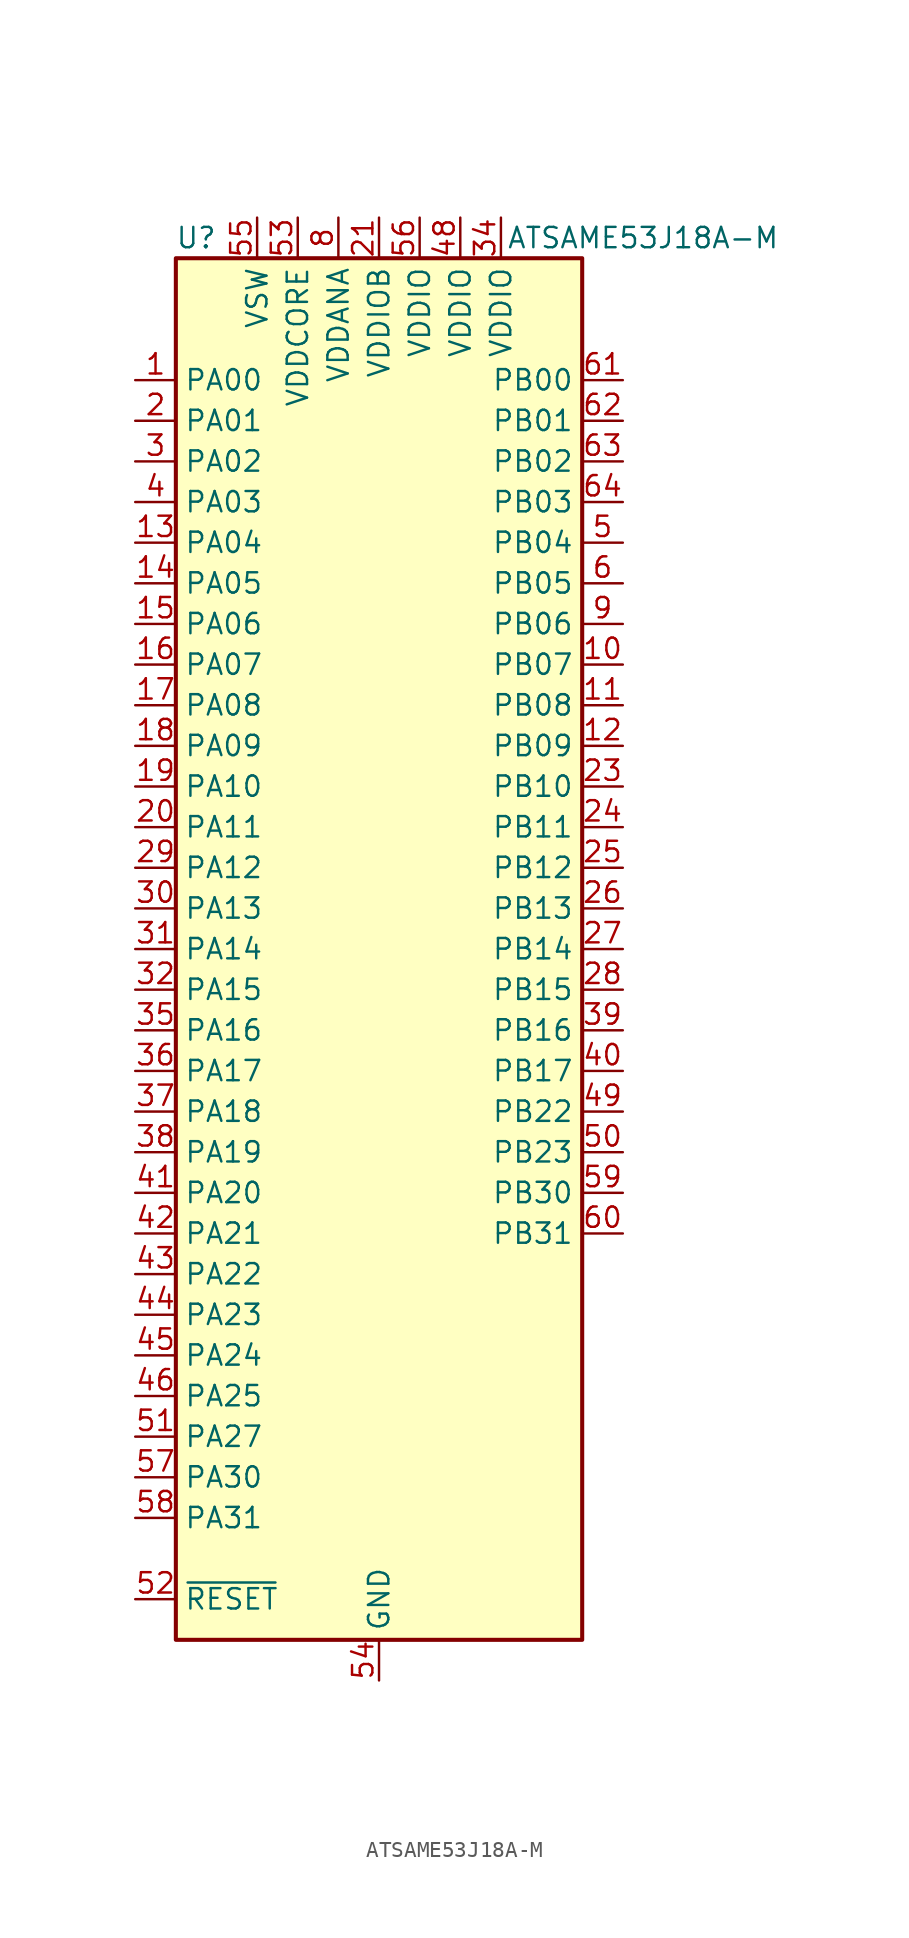
<source format=kicad_sym>
(kicad_symbol_lib
  (version 20201005)
  (generator kicad_symbol_editor)
  (symbol "ATSAME53J18A-M"
    (property "Reference" "U"
      (at -11.43 44.45 0)
      (effects (font (size 1.27 1.27))))
    (property "Value" "ATSAME53J18A-M"
      (at 16.51 44.45 0)
      (effects (font (size 1.27 1.27))))
    (symbol "ATSAME53J18A-M_0_1"
      (rectangle (start -12.7 43.18) (end 12.7 -43.18) (stroke (width 0.254)) (fill (type background))))
    (symbol "ATSAME53J18A-M_1_1"
      (pin bidirectional line (at -15.24 35.56 0) (length 2.54) (name "PA00" (effects (font (size 1.27 1.27)))) (number "1" (effects (font (size 1.27 1.27)))))
      (pin bidirectional line (at 15.24 17.78 180) (length 2.54) (name "PB07" (effects (font (size 1.27 1.27)))) (number "10" (effects (font (size 1.27 1.27)))))
      (pin bidirectional line (at 15.24 15.24 180) (length 2.54) (name "PB08" (effects (font (size 1.27 1.27)))) (number "11" (effects (font (size 1.27 1.27)))))
      (pin bidirectional line (at 15.24 12.7 180) (length 2.54) (name "PB09" (effects (font (size 1.27 1.27)))) (number "12" (effects (font (size 1.27 1.27)))))
      (pin bidirectional line (at -15.24 25.4 0) (length 2.54) (name "PA04" (effects (font (size 1.27 1.27)))) (number "13" (effects (font (size 1.27 1.27)))))
      (pin bidirectional line (at -15.24 22.86 0) (length 2.54) (name "PA05" (effects (font (size 1.27 1.27)))) (number "14" (effects (font (size 1.27 1.27)))))
      (pin bidirectional line (at -15.24 20.32 0) (length 2.54) (name "PA06" (effects (font (size 1.27 1.27)))) (number "15" (effects (font (size 1.27 1.27)))))
      (pin bidirectional line (at -15.24 17.78 0) (length 2.54) (name "PA07" (effects (font (size 1.27 1.27)))) (number "16" (effects (font (size 1.27 1.27)))))
      (pin bidirectional line (at -15.24 15.24 0) (length 2.54) (name "PA08" (effects (font (size 1.27 1.27)))) (number "17" (effects (font (size 1.27 1.27)))))
      (pin bidirectional line (at -15.24 12.7 0) (length 2.54) (name "PA09" (effects (font (size 1.27 1.27)))) (number "18" (effects (font (size 1.27 1.27)))))
      (pin bidirectional line (at -15.24 10.16 0) (length 2.54) (name "PA10" (effects (font (size 1.27 1.27)))) (number "19" (effects (font (size 1.27 1.27)))))
      (pin bidirectional line (at -15.24 33.02 0) (length 2.54) (name "PA01" (effects (font (size 1.27 1.27)))) (number "2" (effects (font (size 1.27 1.27)))))
      (pin bidirectional line (at -15.24 7.62 0) (length 2.54) (name "PA11" (effects (font (size 1.27 1.27)))) (number "20" (effects (font (size 1.27 1.27)))))
      (pin power_in line (at 0 45.72 270) (length 2.54) (name "VDDIOB" (effects (font (size 1.27 1.27)))) (number "21" (effects (font (size 1.27 1.27)))))
      (pin passive line (at 0 -45.72 90) (length 2.54) hide (name "GND" (effects (font (size 1.27 1.27)))) (number "22" (effects (font (size 1.27 1.27)))))
      (pin bidirectional line (at 15.24 10.16 180) (length 2.54) (name "PB10" (effects (font (size 1.27 1.27)))) (number "23" (effects (font (size 1.27 1.27)))))
      (pin bidirectional line (at 15.24 7.62 180) (length 2.54) (name "PB11" (effects (font (size 1.27 1.27)))) (number "24" (effects (font (size 1.27 1.27)))))
      (pin bidirectional line (at 15.24 5.08 180) (length 2.54) (name "PB12" (effects (font (size 1.27 1.27)))) (number "25" (effects (font (size 1.27 1.27)))))
      (pin bidirectional line (at 15.24 2.54 180) (length 2.54) (name "PB13" (effects (font (size 1.27 1.27)))) (number "26" (effects (font (size 1.27 1.27)))))
      (pin bidirectional line (at 15.24 0 180) (length 2.54) (name "PB14" (effects (font (size 1.27 1.27)))) (number "27" (effects (font (size 1.27 1.27)))))
      (pin bidirectional line (at 15.24 -2.54 180) (length 2.54) (name "PB15" (effects (font (size 1.27 1.27)))) (number "28" (effects (font (size 1.27 1.27)))))
      (pin bidirectional line (at -15.24 5.08 0) (length 2.54) (name "PA12" (effects (font (size 1.27 1.27)))) (number "29" (effects (font (size 1.27 1.27)))))
      (pin bidirectional line (at -15.24 30.48 0) (length 2.54) (name "PA02" (effects (font (size 1.27 1.27)))) (number "3" (effects (font (size 1.27 1.27)))))
      (pin bidirectional line (at -15.24 2.54 0) (length 2.54) (name "PA13" (effects (font (size 1.27 1.27)))) (number "30" (effects (font (size 1.27 1.27)))))
      (pin bidirectional line (at -15.24 0 0) (length 2.54) (name "PA14" (effects (font (size 1.27 1.27)))) (number "31" (effects (font (size 1.27 1.27)))))
      (pin bidirectional line (at -15.24 -2.54 0) (length 2.54) (name "PA15" (effects (font (size 1.27 1.27)))) (number "32" (effects (font (size 1.27 1.27)))))
      (pin passive line (at 0 -45.72 90) (length 2.54) hide (name "GND" (effects (font (size 1.27 1.27)))) (number "33" (effects (font (size 1.27 1.27)))))
      (pin power_in line (at 7.62 45.72 270) (length 2.54) (name "VDDIO" (effects (font (size 1.27 1.27)))) (number "34" (effects (font (size 1.27 1.27)))))
      (pin bidirectional line (at -15.24 -5.08 0) (length 2.54) (name "PA16" (effects (font (size 1.27 1.27)))) (number "35" (effects (font (size 1.27 1.27)))))
      (pin bidirectional line (at -15.24 -7.62 0) (length 2.54) (name "PA17" (effects (font (size 1.27 1.27)))) (number "36" (effects (font (size 1.27 1.27)))))
      (pin bidirectional line (at -15.24 -10.16 0) (length 2.54) (name "PA18" (effects (font (size 1.27 1.27)))) (number "37" (effects (font (size 1.27 1.27)))))
      (pin bidirectional line (at -15.24 -12.7 0) (length 2.54) (name "PA19" (effects (font (size 1.27 1.27)))) (number "38" (effects (font (size 1.27 1.27)))))
      (pin bidirectional line (at 15.24 -5.08 180) (length 2.54) (name "PB16" (effects (font (size 1.27 1.27)))) (number "39" (effects (font (size 1.27 1.27)))))
      (pin bidirectional line (at -15.24 27.94 0) (length 2.54) (name "PA03" (effects (font (size 1.27 1.27)))) (number "4" (effects (font (size 1.27 1.27)))))
      (pin bidirectional line (at 15.24 -7.62 180) (length 2.54) (name "PB17" (effects (font (size 1.27 1.27)))) (number "40" (effects (font (size 1.27 1.27)))))
      (pin bidirectional line (at -15.24 -15.24 0) (length 2.54) (name "PA20" (effects (font (size 1.27 1.27)))) (number "41" (effects (font (size 1.27 1.27)))))
      (pin bidirectional line (at -15.24 -17.78 0) (length 2.54) (name "PA21" (effects (font (size 1.27 1.27)))) (number "42" (effects (font (size 1.27 1.27)))))
      (pin bidirectional line (at -15.24 -20.32 0) (length 2.54) (name "PA22" (effects (font (size 1.27 1.27)))) (number "43" (effects (font (size 1.27 1.27)))))
      (pin bidirectional line (at -15.24 -22.86 0) (length 2.54) (name "PA23" (effects (font (size 1.27 1.27)))) (number "44" (effects (font (size 1.27 1.27)))))
      (pin bidirectional line (at -15.24 -25.4 0) (length 2.54) (name "PA24" (effects (font (size 1.27 1.27)))) (number "45" (effects (font (size 1.27 1.27)))))
      (pin bidirectional line (at -15.24 -27.94 0) (length 2.54) (name "PA25" (effects (font (size 1.27 1.27)))) (number "46" (effects (font (size 1.27 1.27)))))
      (pin passive line (at 0 -45.72 90) (length 2.54) hide (name "GND" (effects (font (size 1.27 1.27)))) (number "47" (effects (font (size 1.27 1.27)))))
      (pin power_in line (at 5.08 45.72 270) (length 2.54) (name "VDDIO" (effects (font (size 1.27 1.27)))) (number "48" (effects (font (size 1.27 1.27)))))
      (pin bidirectional line (at 15.24 -10.16 180) (length 2.54) (name "PB22" (effects (font (size 1.27 1.27)))) (number "49" (effects (font (size 1.27 1.27)))))
      (pin bidirectional line (at 15.24 25.4 180) (length 2.54) (name "PB04" (effects (font (size 1.27 1.27)))) (number "5" (effects (font (size 1.27 1.27)))))
      (pin bidirectional line (at 15.24 -12.7 180) (length 2.54) (name "PB23" (effects (font (size 1.27 1.27)))) (number "50" (effects (font (size 1.27 1.27)))))
      (pin bidirectional line (at -15.24 -30.48 0) (length 2.54) (name "PA27" (effects (font (size 1.27 1.27)))) (number "51" (effects (font (size 1.27 1.27)))))
      (pin input line (at -15.24 -40.64 0) (length 2.54) (name "~RESET" (effects (font (size 1.27 1.27)))) (number "52" (effects (font (size 1.27 1.27)))))
      (pin power_out line (at -5.08 45.72 270) (length 2.54) (name "VDDCORE" (effects (font (size 1.27 1.27)))) (number "53" (effects (font (size 1.27 1.27)))))
      (pin power_in line (at 0 -45.72 90) (length 2.54) (name "GND" (effects (font (size 1.27 1.27)))) (number "54" (effects (font (size 1.27 1.27)))))
      (pin power_in line (at -7.62 45.72 270) (length 2.54) (name "VSW" (effects (font (size 1.27 1.27)))) (number "55" (effects (font (size 1.27 1.27)))))
      (pin power_in line (at 2.54 45.72 270) (length 2.54) (name "VDDIO" (effects (font (size 1.27 1.27)))) (number "56" (effects (font (size 1.27 1.27)))))
      (pin bidirectional line (at -15.24 -33.02 0) (length 2.54) (name "PA30" (effects (font (size 1.27 1.27)))) (number "57" (effects (font (size 1.27 1.27)))))
      (pin bidirectional line (at -15.24 -35.56 0) (length 2.54) (name "PA31" (effects (font (size 1.27 1.27)))) (number "58" (effects (font (size 1.27 1.27)))))
      (pin bidirectional line (at 15.24 -15.24 180) (length 2.54) (name "PB30" (effects (font (size 1.27 1.27)))) (number "59" (effects (font (size 1.27 1.27)))))
      (pin bidirectional line (at 15.24 22.86 180) (length 2.54) (name "PB05" (effects (font (size 1.27 1.27)))) (number "6" (effects (font (size 1.27 1.27)))))
      (pin bidirectional line (at 15.24 -17.78 180) (length 2.54) (name "PB31" (effects (font (size 1.27 1.27)))) (number "60" (effects (font (size 1.27 1.27)))))
      (pin bidirectional line (at 15.24 35.56 180) (length 2.54) (name "PB00" (effects (font (size 1.27 1.27)))) (number "61" (effects (font (size 1.27 1.27)))))
      (pin bidirectional line (at 15.24 33.02 180) (length 2.54) (name "PB01" (effects (font (size 1.27 1.27)))) (number "62" (effects (font (size 1.27 1.27)))))
      (pin bidirectional line (at 15.24 30.48 180) (length 2.54) (name "PB02" (effects (font (size 1.27 1.27)))) (number "63" (effects (font (size 1.27 1.27)))))
      (pin bidirectional line (at 15.24 27.94 180) (length 2.54) (name "PB03" (effects (font (size 1.27 1.27)))) (number "64" (effects (font (size 1.27 1.27)))))
      (pin passive line (at 0 -45.72 90) (length 2.54) hide (name "GND" (effects (font (size 1.27 1.27)))) (number "65" (effects (font (size 1.27 1.27)))))
      (pin passive line (at 0 -45.72 90) (length 2.54) hide (name "GND" (effects (font (size 1.27 1.27)))) (number "7" (effects (font (size 1.27 1.27)))))
      (pin power_in line (at -2.54 45.72 270) (length 2.54) (name "VDDANA" (effects (font (size 1.27 1.27)))) (number "8" (effects (font (size 1.27 1.27)))))
      (pin bidirectional line (at 15.24 20.32 180) (length 2.54) (name "PB06" (effects (font (size 1.27 1.27)))) (number "9" (effects (font (size 1.27 1.27))))))))
</source>
